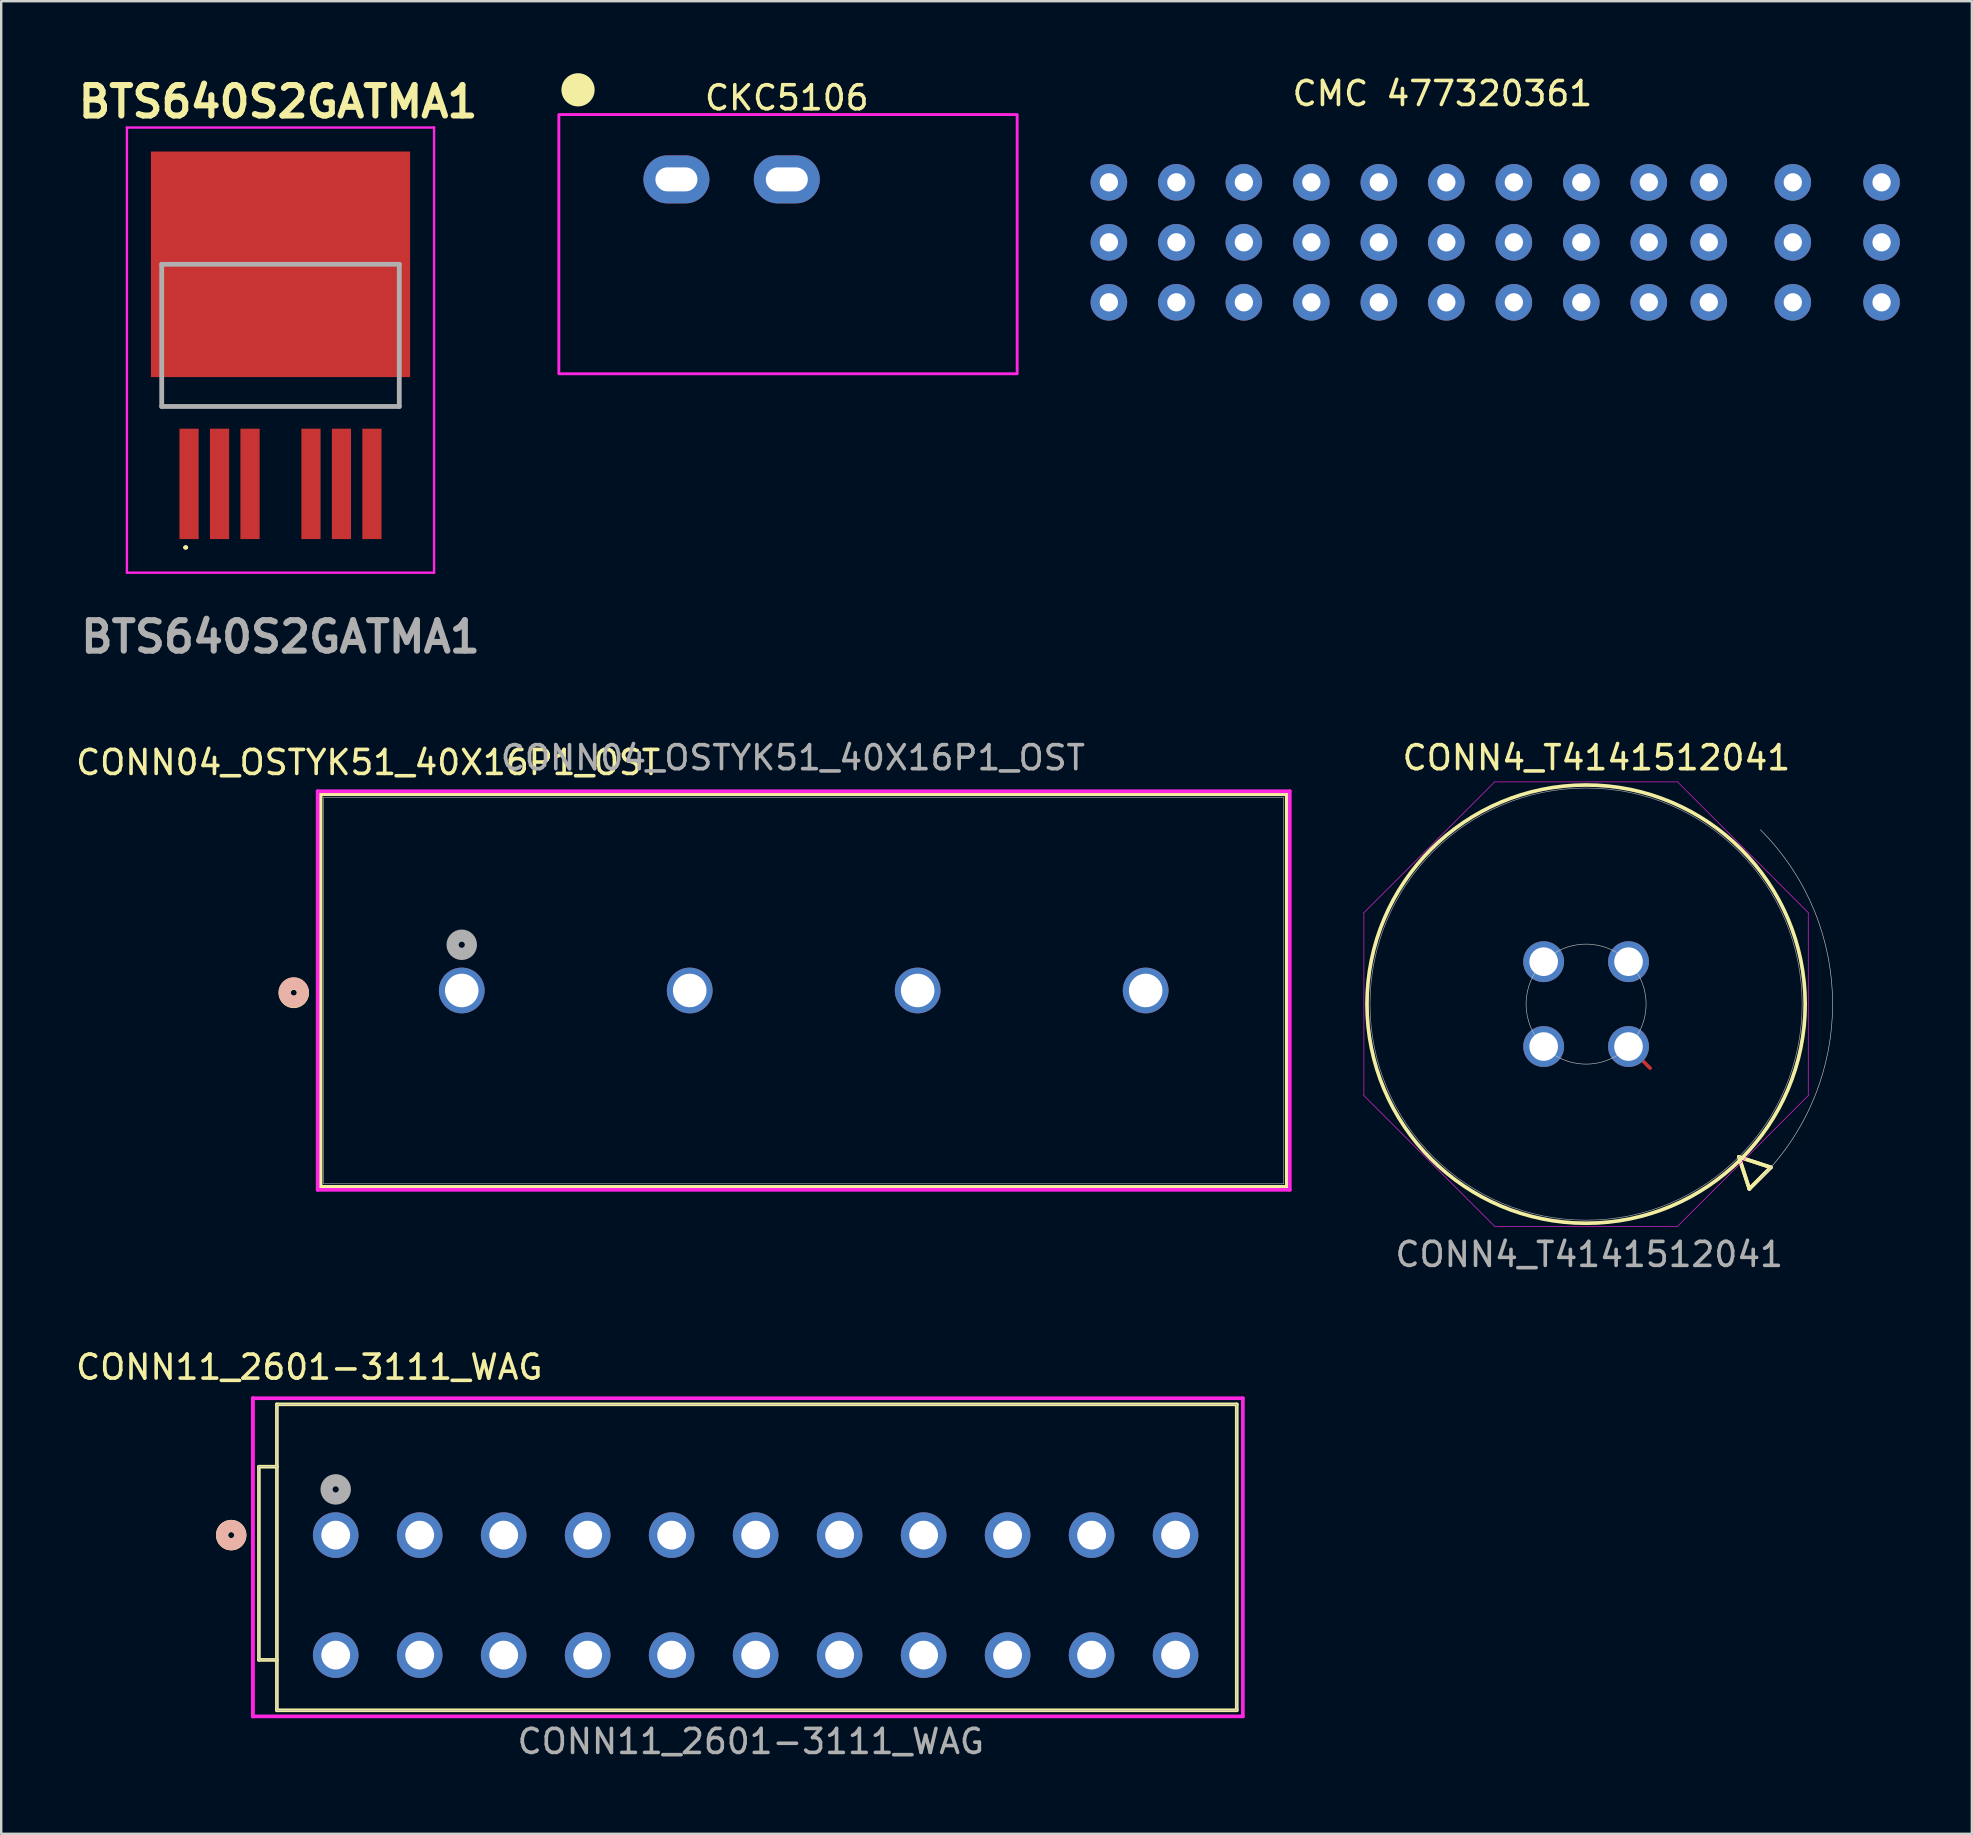
<source format=kicad_pcb>
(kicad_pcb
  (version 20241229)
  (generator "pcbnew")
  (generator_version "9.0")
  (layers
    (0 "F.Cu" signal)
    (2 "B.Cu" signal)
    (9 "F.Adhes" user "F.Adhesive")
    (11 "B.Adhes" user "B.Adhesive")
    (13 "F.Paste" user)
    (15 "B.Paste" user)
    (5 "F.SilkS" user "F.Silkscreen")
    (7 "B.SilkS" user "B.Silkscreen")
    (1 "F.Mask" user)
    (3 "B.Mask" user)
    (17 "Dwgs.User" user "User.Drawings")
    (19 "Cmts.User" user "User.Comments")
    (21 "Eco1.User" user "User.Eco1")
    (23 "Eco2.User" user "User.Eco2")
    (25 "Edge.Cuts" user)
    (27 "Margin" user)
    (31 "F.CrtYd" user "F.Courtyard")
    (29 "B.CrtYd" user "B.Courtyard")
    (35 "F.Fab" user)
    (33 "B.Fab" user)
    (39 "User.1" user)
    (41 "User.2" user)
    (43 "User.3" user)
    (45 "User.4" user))
  (footprint "CKC5106"
    (layer "F.Cu")
    (at 26.538 1.625)
    (property "Reference" "CKC5106" (at 3.2 -0.6 0) (unlocked yes) (layer "F.SilkS") (effects (font (size 1 1) (thickness 0.15))))
    (attr through_hole)
    (fp_circle (center -5.5 -0.932) (end -4.868 -0.932) (stroke (width 0.12) (type solid)) (fill yes) (layer "F.SilkS"))
    (fp_rect (start -6.3 0.1) (end 12.8 10.9) (stroke (width 0.12) (type solid)) (fill no) (layer "F.CrtYd"))
    (pad "1" thru_hole oval (at -1.4 2.8) (size 2.75 2) (drill oval 1.75 1) (layers "*.Cu" "*.Mask"))
    (pad "2" thru_hole oval (at 3.2 2.8) (size 2.75 2) (drill oval 1.75 1) (layers "*.Cu" "*.Mask")))
  (footprint "CONN4_T4141512041"
    (layer "F.Cu")
    (at 61.278 37.026)
    (property "Reference" "CONN4_T4141512041" (at 2.2 -8.5 0) (unlocked yes) (layer "F.SilkS") (effects (font (size 1 1) (thickness 0.15))))
    (attr through_hole)
    (fp_line (start 3.536 3.536) (end 4.434 4.434) (stroke (width 0.152) (type solid)) (layer "F.Cu"))
    (fp_line (start 8.135 8.135) (end 9.467 8.571) (stroke (width 0.152) (type solid)) (layer "F.SilkS"))
    (fp_line (start 8.135 8.135) (end 9.467 8.571) (stroke (width 0.152) (type solid)) (layer "F.SilkS"))
    (fp_line (start 8.571 9.467) (end 8.135 8.135) (stroke (width 0.152) (type solid)) (layer "F.SilkS"))
    (fp_line (start 8.571 9.467) (end 8.135 8.135) (stroke (width 0.152) (type solid)) (layer "F.SilkS"))
    (fp_line (start 9.467 8.571) (end 8.571 9.467) (stroke (width 0.152) (type solid)) (layer "F.SilkS"))
    (fp_line (start 9.467 8.571) (end 8.571 9.467) (stroke (width 0.152) (type solid)) (layer "F.SilkS"))
    (fp_circle (center 1.768 1.768) (end 10.899 1.768) (stroke (width 0.152) (type solid)) (fill no) (layer "F.SilkS"))
    (fp_arc (start 9.032794 -5.49726) (mid 12.042067 1.767767) (end 9.032794 9.032794) (stroke (width 0.0254) (type solid)) (layer "Dwgs.User"))
    (fp_circle (center 1.768 1.768) (end 4.268 1.768) (stroke (width 0.025) (type solid)) (fill no) (layer "Dwgs.User"))
    (fp_line (start -7.491 -2.044) (end -2.044 -7.491) (stroke (width 0.025) (type solid)) (layer "F.CrtYd"))
    (fp_line (start -7.491 5.58) (end -7.491 -2.044) (stroke (width 0.025) (type solid)) (layer "F.CrtYd"))
    (fp_line (start -2.044 -7.491) (end 5.58 -7.491) (stroke (width 0.025) (type solid)) (layer "F.CrtYd"))
    (fp_line (start -2.044 11.026) (end -7.491 5.58) (stroke (width 0.025) (type solid)) (layer "F.CrtYd"))
    (fp_line (start 5.58 -7.491) (end 11.026 -2.044) (stroke (width 0.025) (type solid)) (layer "F.CrtYd"))
    (fp_line (start 5.58 11.026) (end -2.044 11.026) (stroke (width 0.025) (type solid)) (layer "F.CrtYd"))
    (fp_line (start 11.026 -2.044) (end 11.026 5.58) (stroke (width 0.025) (type solid)) (layer "F.CrtYd"))
    (fp_line (start 11.026 5.58) (end 5.58 11.026) (stroke (width 0.025) (type solid)) (layer "F.CrtYd"))
    (fp_circle (center 1.768 1.768) (end 10.772 1.768) (stroke (width 0.025) (type solid)) (fill no) (layer "F.Fab"))
    (fp_text user "${REFERENCE}" (at 1.9 12.2 0) (unlocked yes) (layer "F.Fab") (effects (font (size 1 1) (thickness 0.15))))
    (pad "1" thru_hole circle (at 3.536 3.536) (size 1.702 1.702) (drill 1.194) (layers "*.Cu" "*.Mask"))
    (pad "2" thru_hole circle (at 3.536 0 90) (size 1.702 1.702) (drill 1.194) (layers "*.Cu" "*.Mask"))
    (pad "3" thru_hole circle (at 0 0) (size 1.702 1.702) (drill 1.194) (layers "*.Cu" "*.Mask"))
    (pad "4" thru_hole circle (at 0 3.536 90) (size 1.702 1.702) (drill 1.194) (layers "*.Cu" "*.Mask")))
  (footprint "CONN11_2601-3111_WAG"
    (layer "F.Cu")
    (at 10.939 60.922)
    (property "Reference" "CONN11_2601-3111_WAG" (at -1.1 -7 0) (unlocked yes) (layer "F.SilkS") (effects (font (size 1 1) (thickness 0.15))))
    (attr through_hole)
    (fp_line (start -3.2 5.2) (end -3.2 -2.85) (stroke (width 0.152) (type solid)) (layer "F.SilkS"))
    (fp_line (start -2.45 -2.85) (end -3.2 -2.85) (stroke (width 0.152) (type solid)) (layer "F.SilkS"))
    (fp_line (start -2.45 5.2) (end -3.2 5.2) (stroke (width 0.152) (type solid)) (layer "F.SilkS"))
    (fp_line (start -2.45 -5.45) (end 37.55 -5.45) (stroke (width 0.152) (type solid)) (layer "F.SilkS"))
    (fp_line (start -2.45 7.3) (end -2.45 -5.45) (stroke (width 0.152) (type solid)) (layer "F.SilkS"))
    (fp_line (start -2.45 7.3) (end 37.55 7.3) (stroke (width 0.152) (type solid)) (layer "F.SilkS"))
    (fp_line (start 37.55 -5.45) (end 37.55 7.3) (stroke (width 0.152) (type solid)) (layer "F.SilkS"))
    (fp_circle (center -4.355 0) (end -3.974 0) (stroke (width 0.508) (type solid)) (fill no) (layer "F.SilkS"))
    (fp_circle (center -4.355 0) (end -3.974 0) (stroke (width 0.508) (type solid)) (fill no) (layer "B.SilkS"))
    (fp_line (start -3.454 -5.704) (end -3.454 7.554) (stroke (width 0.152) (type solid)) (layer "F.CrtYd"))
    (fp_line (start -3.454 -5.704) (end -3.454 7.554) (stroke (width 0.152) (type solid)) (layer "F.CrtYd"))
    (fp_line (start -3.454 7.554) (end 37.804 7.554) (stroke (width 0.152) (type solid)) (layer "F.CrtYd"))
    (fp_line (start 37.804 -5.704) (end -3.454 -5.704) (stroke (width 0.152) (type solid)) (layer "F.CrtYd"))
    (fp_line (start 37.804 7.554) (end 37.804 -5.704) (stroke (width 0.152) (type solid)) (layer "F.CrtYd"))
    (fp_line (start -3.2 5.2) (end -3.2 -2.85) (stroke (width 0.025) (type solid)) (layer "F.Fab"))
    (fp_line (start -2.45 -2.85) (end -3.2 -2.85) (stroke (width 0.025) (type solid)) (layer "F.Fab"))
    (fp_line (start -2.45 5.2) (end -3.2 5.2) (stroke (width 0.025) (type solid)) (layer "F.Fab"))
    (fp_line (start -2.45 -5.45) (end 37.55 -5.45) (stroke (width 0.025) (type solid)) (layer "F.Fab"))
    (fp_line (start -2.45 7.3) (end -2.45 -5.45) (stroke (width 0.025) (type solid)) (layer "F.Fab"))
    (fp_line (start -2.45 7.3) (end 37.55 7.3) (stroke (width 0.025) (type solid)) (layer "F.Fab"))
    (fp_line (start 37.55 -5.45) (end 37.55 7.3) (stroke (width 0.025) (type solid)) (layer "F.Fab"))
    (fp_circle (center 0 -1.905) (end 0.381 -1.905) (stroke (width 0.508) (type solid)) (fill no) (layer "F.Fab"))
    (fp_text user "${REFERENCE}" (at 17.3 8.6 0) (unlocked yes) (layer "F.Fab") (effects (font (size 1 1) (thickness 0.15))))
    (pad "1" thru_hole circle (at 0 0) (size 1.9 1.9) (drill 1.2) (layers "*.Cu" "*.Mask"))
    (pad "2" thru_hole circle (at 0 5) (size 1.9 1.9) (drill 1.2) (layers "*.Cu" "*.Mask"))
    (pad "3" thru_hole circle (at 3.5 0) (size 1.9 1.9) (drill 1.2) (layers "*.Cu" "*.Mask"))
    (pad "4" thru_hole circle (at 3.5 5) (size 1.9 1.9) (drill 1.2) (layers "*.Cu" "*.Mask"))
    (pad "5" thru_hole circle (at 7 0) (size 1.9 1.9) (drill 1.2) (layers "*.Cu" "*.Mask"))
    (pad "6" thru_hole circle (at 7 5) (size 1.9 1.9) (drill 1.2) (layers "*.Cu" "*.Mask"))
    (pad "7" thru_hole circle (at 10.5 0) (size 1.9 1.9) (drill 1.2) (layers "*.Cu" "*.Mask"))
    (pad "8" thru_hole circle (at 10.5 5) (size 1.9 1.9) (drill 1.2) (layers "*.Cu" "*.Mask"))
    (pad "9" thru_hole circle (at 14 0) (size 1.9 1.9) (drill 1.2) (layers "*.Cu" "*.Mask"))
    (pad "10" thru_hole circle (at 14 5) (size 1.9 1.9) (drill 1.2) (layers "*.Cu" "*.Mask"))
    (pad "11" thru_hole circle (at 17.5 0) (size 1.9 1.9) (drill 1.2) (layers "*.Cu" "*.Mask"))
    (pad "12" thru_hole circle (at 17.5 5) (size 1.9 1.9) (drill 1.2) (layers "*.Cu" "*.Mask"))
    (pad "13" thru_hole circle (at 21 0) (size 1.9 1.9) (drill 1.2) (layers "*.Cu" "*.Mask"))
    (pad "14" thru_hole circle (at 21 5) (size 1.9 1.9) (drill 1.2) (layers "*.Cu" "*.Mask"))
    (pad "15" thru_hole circle (at 24.5 0) (size 1.9 1.9) (drill 1.2) (layers "*.Cu" "*.Mask"))
    (pad "16" thru_hole circle (at 24.5 5) (size 1.9 1.9) (drill 1.2) (layers "*.Cu" "*.Mask"))
    (pad "17" thru_hole circle (at 28 0) (size 1.9 1.9) (drill 1.2) (layers "*.Cu" "*.Mask"))
    (pad "18" thru_hole circle (at 28 5) (size 1.9 1.9) (drill 1.2) (layers "*.Cu" "*.Mask"))
    (pad "19" thru_hole circle (at 31.5 0) (size 1.9 1.9) (drill 1.2) (layers "*.Cu" "*.Mask"))
    (pad "20" thru_hole circle (at 31.5 5) (size 1.9 1.9) (drill 1.2) (layers "*.Cu" "*.Mask"))
    (pad "21" thru_hole circle (at 35 0) (size 1.9 1.9) (drill 1.2) (layers "*.Cu" "*.Mask"))
    (pad "22" thru_hole circle (at 35 5) (size 1.9 1.9) (drill 1.2) (layers "*.Cu" "*.Mask")))
  (footprint "BTS640S2GATMA1"
    (layer "F.Cu")
    (at 8.639 13.889)
    (property "Reference" "BTS640S2GATMA1" (at -0.1 -12.7 0) (layer "F.SilkS") (effects (font (size 1.27 1.27) (thickness 0.254))))
    (attr smd)
    (fp_line (start -4.95 -0.5) (end -4.95 0) (stroke (width 0.1) (type solid)) (layer "F.SilkS"))
    (fp_line (start -4.95 0) (end 4.95 0) (stroke (width 0.1) (type solid)) (layer "F.SilkS"))
    (fp_line (start -4 5.875) (end -4 5.875) (stroke (width 0.1) (type solid)) (layer "F.SilkS"))
    (fp_line (start -3.9 5.875) (end -3.9 5.875) (stroke (width 0.1) (type solid)) (layer "F.SilkS"))
    (fp_line (start 4.95 0) (end 4.95 -0.5) (stroke (width 0.1) (type solid)) (layer "F.SilkS"))
    (fp_arc (start -4 5.875) (mid -3.95 5.825) (end -3.9 5.875) (stroke (width 0.1) (type solid)) (layer "F.SilkS"))
    (fp_arc (start -3.9 5.875) (mid -3.95 5.925) (end -4 5.875) (stroke (width 0.1) (type solid)) (layer "F.SilkS"))
    (fp_line (start -6.4 -11.625) (end 6.4 -11.625) (stroke (width 0.1) (type solid)) (layer "F.CrtYd"))
    (fp_line (start -6.4 6.925) (end -6.4 -11.625) (stroke (width 0.1) (type solid)) (layer "F.CrtYd"))
    (fp_line (start 6.4 -11.625) (end 6.4 6.925) (stroke (width 0.1) (type solid)) (layer "F.CrtYd"))
    (fp_line (start 6.4 6.925) (end -6.4 6.925) (stroke (width 0.1) (type solid)) (layer "F.CrtYd"))
    (fp_line (start -4.95 -5.925) (end 4.95 -5.925) (stroke (width 0.2) (type solid)) (layer "F.Fab"))
    (fp_line (start -4.95 0) (end -4.95 -5.925) (stroke (width 0.2) (type solid)) (layer "F.Fab"))
    (fp_line (start 4.95 -5.925) (end 4.95 0) (stroke (width 0.2) (type solid)) (layer "F.Fab"))
    (fp_line (start 4.95 0) (end -4.95 0) (stroke (width 0.2) (type solid)) (layer "F.Fab"))
    (fp_text user "${REFERENCE}" (at 0 9.6 0) (layer "F.Fab") (effects (font (size 1.27 1.27) (thickness 0.254))))
    (pad "1" smd rect (at -3.81 3.225) (size 0.8 4.6) (layers "F.Cu" "F.Mask" "F.Paste"))
    (pad "2" smd rect (at -2.54 3.225) (size 0.8 4.6) (layers "F.Cu" "F.Mask" "F.Paste"))
    (pad "3" smd rect (at -1.27 3.225) (size 0.8 4.6) (layers "F.Cu" "F.Mask" "F.Paste"))
    (pad "4" smd rect (at 0 -5.925 90) (size 9.4 10.8) (layers "F.Cu" "F.Mask" "F.Paste"))
    (pad "5" smd rect (at 1.27 3.225) (size 0.8 4.6) (layers "F.Cu" "F.Mask" "F.Paste"))
    (pad "6" smd rect (at 2.54 3.225) (size 0.8 4.6) (layers "F.Cu" "F.Mask" "F.Paste"))
    (pad "7" smd rect (at 3.81 3.225) (size 0.8 4.6) (layers "F.Cu" "F.Mask" "F.Paste")))
  (footprint "CONN04_OSTYK51_40X16P1_OST"
    (layer "F.Cu")
    (at 16.192 38.226)
    (property "Reference" "CONN04_OSTYK51_40X16P1_OST" (at -3.9 -9.5 0) (unlocked yes) (layer "F.SilkS") (effects (font (size 1 1) (thickness 0.15))))
    (attr through_hole)
    (fp_line (start -5.88 -8.177) (end -5.88 8.181) (stroke (width 0.152) (type solid)) (layer "F.SilkS"))
    (fp_line (start -5.88 8.181) (end 34.38 8.181) (stroke (width 0.152) (type solid)) (layer "F.SilkS"))
    (fp_line (start 34.38 -8.177) (end -5.88 -8.177) (stroke (width 0.152) (type solid)) (layer "F.SilkS"))
    (fp_line (start 34.38 8.181) (end 34.38 -8.177) (stroke (width 0.152) (type solid)) (layer "F.SilkS"))
    (fp_circle (center -7 0.1) (end -6.619 0.1) (stroke (width 0.508) (type solid)) (fill no) (layer "F.SilkS"))
    (fp_circle (center -7 0.081) (end -6.619 0.081) (stroke (width 0.508) (type solid)) (fill no) (layer "B.SilkS"))
    (fp_line (start -6.006 -8.304) (end -6.006 8.308) (stroke (width 0.152) (type solid)) (layer "F.CrtYd"))
    (fp_line (start -6.006 8.308) (end 34.507 8.308) (stroke (width 0.152) (type solid)) (layer "F.CrtYd"))
    (fp_line (start 34.507 -8.304) (end -6.006 -8.304) (stroke (width 0.152) (type solid)) (layer "F.CrtYd"))
    (fp_line (start 34.507 8.308) (end 34.507 -8.304) (stroke (width 0.152) (type solid)) (layer "F.CrtYd"))
    (fp_line (start -5.753 -8.05) (end -5.753 8.054) (stroke (width 0.025) (type solid)) (layer "F.Fab"))
    (fp_line (start -5.753 8.054) (end 34.252 8.054) (stroke (width 0.025) (type solid)) (layer "F.Fab"))
    (fp_line (start 34.252 -8.05) (end -5.753 -8.05) (stroke (width 0.025) (type solid)) (layer "F.Fab"))
    (fp_line (start 34.252 8.054) (end 34.252 -8.05) (stroke (width 0.025) (type solid)) (layer "F.Fab"))
    (fp_circle (center 0 -1.905) (end 0.381 -1.905) (stroke (width 0.508) (type solid)) (fill no) (layer "F.Fab"))
    (fp_text user "${REFERENCE}" (at 13.8 -9.7 0) (unlocked yes) (layer "F.Fab") (effects (font (size 1 1) (thickness 0.15))))
    (pad "1" thru_hole circle (at 0.000001 0) (size 1.905 1.905) (drill 1.397) (layers "*.Cu" "*.Mask"))
    (pad "2" thru_hole circle (at 9.5 0) (size 1.905 1.905) (drill 1.397) (layers "*.Cu" "*.Mask"))
    (pad "3" thru_hole circle (at 19 0) (size 1.905 1.905) (drill 1.397) (layers "*.Cu" "*.Mask"))
    (pad "4" thru_hole circle (at 28.5 0) (size 1.905 1.905) (drill 1.397) (layers "*.Cu" "*.Mask")))
  (footprint "CMC 477320361"
    (layer "F.Cu")
    (at 57.06 1.348)
    (property "Reference" "CMC 477320361" (at 0 -0.5 0) (unlocked yes) (layer "F.SilkS") (effects (font (size 1 1) (thickness 0.15))))
    (attr through_hole)
    (pad "1" thru_hole circle (at -13.9 3.2) (size 1.524 1.524) (drill 0.762) (layers "*.Cu" "*.Mask"))
    (pad "2" thru_hole circle (at -11.088 3.2) (size 1.524 1.524) (drill 0.762) (layers "*.Cu" "*.Mask"))
    (pad "3" thru_hole circle (at -8.275 3.2) (size 1.524 1.524) (drill 0.762) (layers "*.Cu" "*.Mask"))
    (pad "4" thru_hole circle (at -5.463 3.2) (size 1.524 1.524) (drill 0.762) (layers "*.Cu" "*.Mask"))
    (pad "5" thru_hole circle (at -2.65 3.2) (size 1.524 1.524) (drill 0.762) (layers "*.Cu" "*.Mask"))
    (pad "6" thru_hole circle (at 0.163 3.2) (size 1.524 1.524) (drill 0.762) (layers "*.Cu" "*.Mask"))
    (pad "7" thru_hole circle (at 2.975 3.2) (size 1.524 1.524) (drill 0.762) (layers "*.Cu" "*.Mask"))
    (pad "8" thru_hole circle (at 5.787 3.2) (size 1.524 1.524) (drill 0.762) (layers "*.Cu" "*.Mask"))
    (pad "9" thru_hole circle (at 8.6 3.2) (size 1.524 1.524) (drill 0.762) (layers "*.Cu" "*.Mask"))
    (pad "10" thru_hole circle (at 11.1 3.2) (size 1.524 1.524) (drill 0.762) (layers "*.Cu" "*.Mask"))
    (pad "11" thru_hole circle (at 14.6 3.2) (size 1.524 1.524) (drill 0.762) (layers "*.Cu" "*.Mask"))
    (pad "12" thru_hole circle (at 18.3 3.2) (size 1.524 1.524) (drill 0.762) (layers "*.Cu" "*.Mask"))
    (pad "13" thru_hole circle (at -13.9 5.7) (size 1.524 1.524) (drill 0.762) (layers "*.Cu" "*.Mask"))
    (pad "14" thru_hole circle (at -11.088 5.7) (size 1.524 1.524) (drill 0.762) (layers "*.Cu" "*.Mask"))
    (pad "15" thru_hole circle (at -8.275 5.7) (size 1.524 1.524) (drill 0.762) (layers "*.Cu" "*.Mask"))
    (pad "16" thru_hole circle (at -5.463 5.7) (size 1.524 1.524) (drill 0.762) (layers "*.Cu" "*.Mask"))
    (pad "17" thru_hole circle (at -2.65 5.7) (size 1.524 1.524) (drill 0.762) (layers "*.Cu" "*.Mask"))
    (pad "18" thru_hole circle (at 0.163 5.7) (size 1.524 1.524) (drill 0.762) (layers "*.Cu" "*.Mask"))
    (pad "19" thru_hole circle (at 2.975 5.7) (size 1.524 1.524) (drill 0.762) (layers "*.Cu" "*.Mask"))
    (pad "20" thru_hole circle (at 5.787 5.7) (size 1.524 1.524) (drill 0.762) (layers "*.Cu" "*.Mask"))
    (pad "21" thru_hole circle (at 8.6 5.7) (size 1.524 1.524) (drill 0.762) (layers "*.Cu" "*.Mask"))
    (pad "22" thru_hole circle (at 11.1 5.7) (size 1.524 1.524) (drill 0.762) (layers "*.Cu" "*.Mask"))
    (pad "23" thru_hole circle (at 14.6 5.7) (size 1.524 1.524) (drill 0.762) (layers "*.Cu" "*.Mask"))
    (pad "24" thru_hole circle (at 18.3 5.7) (size 1.524 1.524) (drill 0.762) (layers "*.Cu" "*.Mask"))
    (pad "25" thru_hole circle (at -13.9 8.2) (size 1.524 1.524) (drill 0.762) (layers "*.Cu" "*.Mask"))
    (pad "26" thru_hole circle (at -11.088 8.2) (size 1.524 1.524) (drill 0.762) (layers "*.Cu" "*.Mask"))
    (pad "27" thru_hole circle (at -8.275 8.2) (size 1.524 1.524) (drill 0.762) (layers "*.Cu" "*.Mask"))
    (pad "28" thru_hole circle (at -5.463 8.2) (size 1.524 1.524) (drill 0.762) (layers "*.Cu" "*.Mask"))
    (pad "29" thru_hole circle (at -2.65 8.2) (size 1.524 1.524) (drill 0.762) (layers "*.Cu" "*.Mask"))
    (pad "30" thru_hole circle (at 0.163 8.2) (size 1.524 1.524) (drill 0.762) (layers "*.Cu" "*.Mask"))
    (pad "31" thru_hole circle (at 2.975 8.2) (size 1.524 1.524) (drill 0.762) (layers "*.Cu" "*.Mask"))
    (pad "32" thru_hole circle (at 5.787 8.2) (size 1.524 1.524) (drill 0.762) (layers "*.Cu" "*.Mask"))
    (pad "33" thru_hole circle (at 8.6 8.2) (size 1.524 1.524) (drill 0.762) (layers "*.Cu" "*.Mask"))
    (pad "34" thru_hole circle (at 11.1 8.2) (size 1.524 1.524) (drill 0.762) (layers "*.Cu" "*.Mask"))
    (pad "35" thru_hole circle (at 14.6 8.2) (size 1.524 1.524) (drill 0.762) (layers "*.Cu" "*.Mask"))
    (pad "36" thru_hole circle (at 18.3 8.2) (size 1.524 1.524) (drill 0.762) (layers "*.Cu" "*.Mask")))
  (gr_rect
    (start -3 -3)
    (end 79.122 73.37)
    (stroke (width 0.1) (type default))
    (fill no)
    (layer "Edge.Cuts")))
</source>
